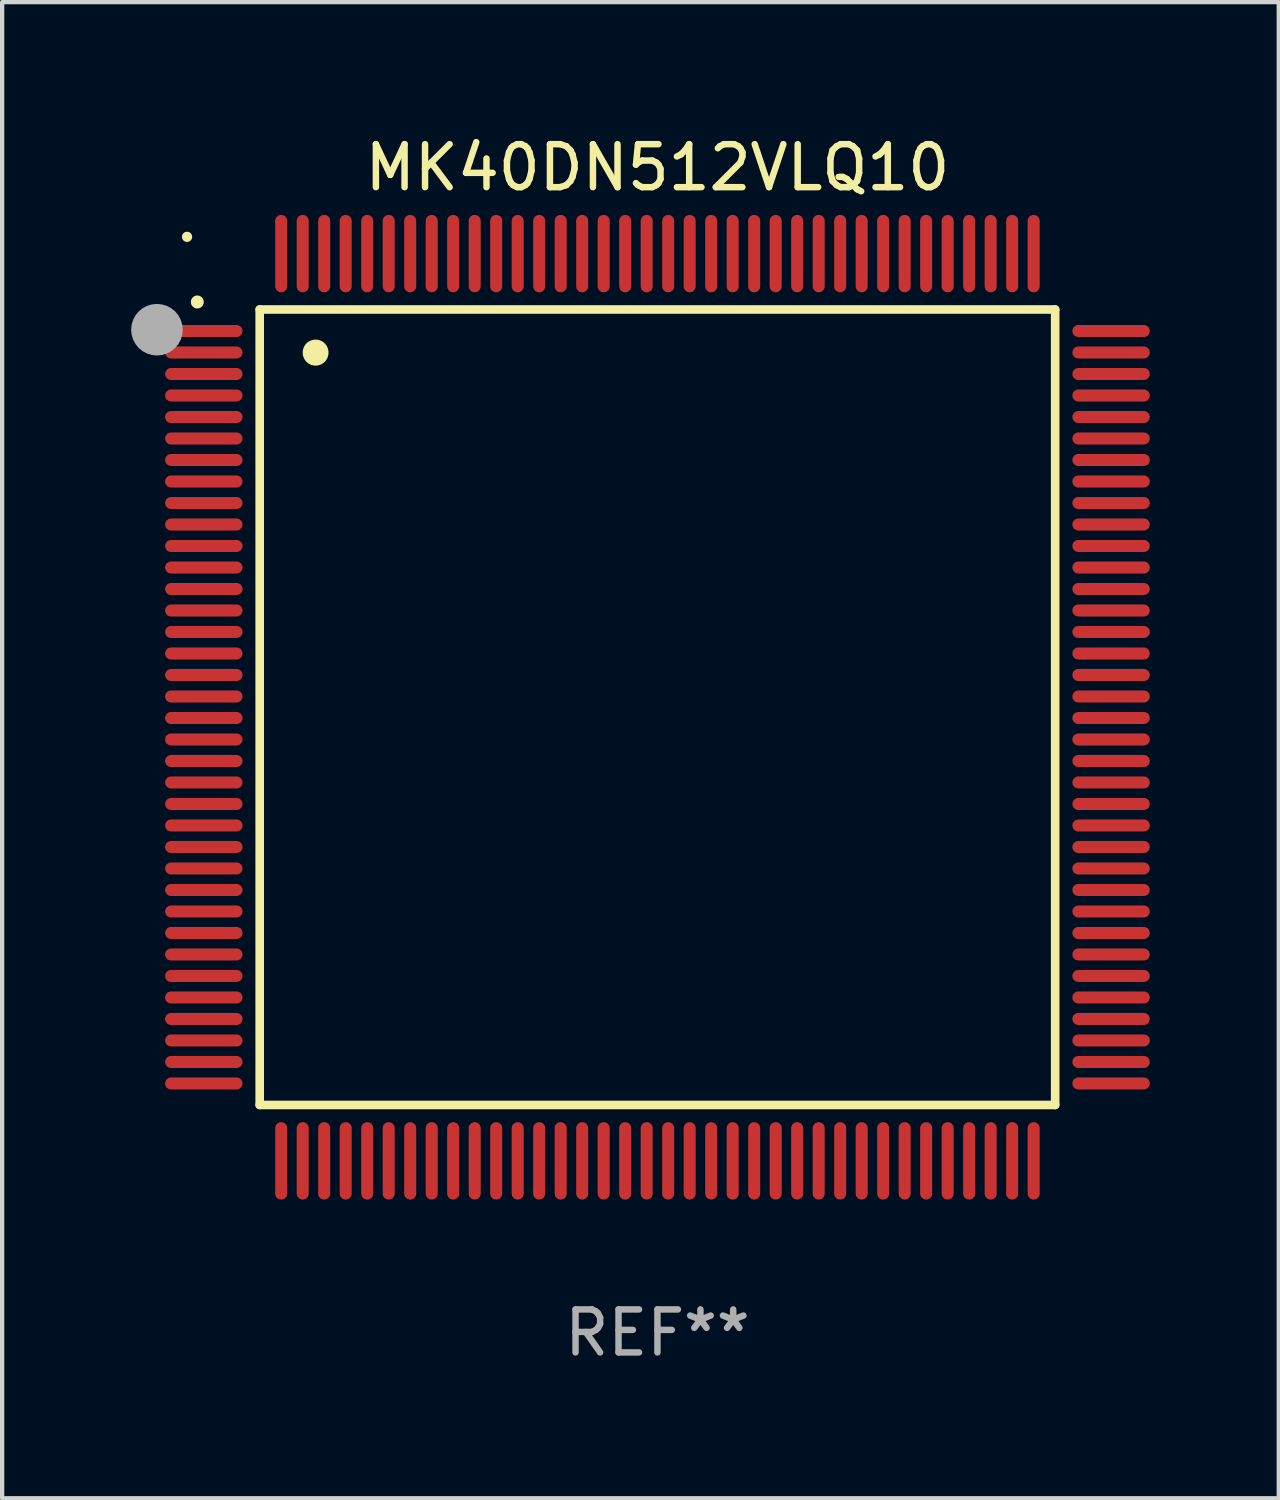
<source format=kicad_pcb>
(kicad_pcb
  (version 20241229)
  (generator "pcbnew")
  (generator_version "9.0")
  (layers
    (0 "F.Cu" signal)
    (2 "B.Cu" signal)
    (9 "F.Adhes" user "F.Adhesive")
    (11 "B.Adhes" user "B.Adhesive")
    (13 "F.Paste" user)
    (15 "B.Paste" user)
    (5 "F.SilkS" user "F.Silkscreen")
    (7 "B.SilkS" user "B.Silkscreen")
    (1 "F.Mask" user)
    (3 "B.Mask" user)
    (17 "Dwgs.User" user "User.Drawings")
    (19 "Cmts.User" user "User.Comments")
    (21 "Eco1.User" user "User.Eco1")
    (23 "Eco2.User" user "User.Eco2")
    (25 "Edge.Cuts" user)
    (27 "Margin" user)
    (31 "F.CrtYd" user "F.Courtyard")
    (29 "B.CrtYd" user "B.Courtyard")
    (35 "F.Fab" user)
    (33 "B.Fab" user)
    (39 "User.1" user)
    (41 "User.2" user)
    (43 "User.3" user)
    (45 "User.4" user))
  (footprint "MK40DN512VLQ10"
    (layer "F.Cu")
    (at 12.24 13.398)
    (property "Reference" "MK40DN512VLQ10" (at 0 -12.55 0) (layer "F.SilkS") (effects (font (size 1 1) (thickness 0.15))))
    (attr through_hole)
    (fp_line (start -9.25 -9.25) (end 9.25 -9.25) (stroke (width 0.2) (type solid)) (layer "F.SilkS"))
    (fp_line (start -9.25 9.25) (end -9.25 -9.25) (stroke (width 0.2) (type solid)) (layer "F.SilkS"))
    (fp_line (start 9.25 -9.25) (end 9.25 9.25) (stroke (width 0.2) (type solid)) (layer "F.SilkS"))
    (fp_line (start 9.25 9.25) (end -9.25 9.25) (stroke (width 0.2) (type solid)) (layer "F.SilkS"))
    (fp_arc (start -10.701041 -9.423419) (mid -10.701046 -9.424689) (end -10.701041 -9.425959) (stroke (width 0.3) (type solid)) (layer "F.SilkS"))
    (fp_arc (start -7.950216 -8.244856) (mid -7.950227 -8.247396) (end -7.950216 -8.249936) (stroke (width 0.6) (type solid)) (layer "F.SilkS"))
    (fp_circle (center -10.94 -10.94) (end -10.88 -10.94) (stroke (width 0.12) (type solid)) (fill no) (layer "F.SilkS"))
    (fp_circle (center -11.64 -8.78) (end -11.34 -8.78) (stroke (width 0.6) (type solid)) (fill no) (layer "F.Fab"))
    (fp_text user "REF**" (at 0 14.55 0) (layer "F.Fab") (effects (font (size 1 1) (thickness 0.15))))
    (pad "1" smd oval (at -10.55 -8.75 90) (size 0.28 1.8) (layers "F.Cu" "F.Mask" "F.Paste"))
    (pad "2" smd oval (at -10.55 -8.25 90) (size 0.28 1.8) (layers "F.Cu" "F.Mask" "F.Paste"))
    (pad "3" smd oval (at -10.55 -7.75 90) (size 0.28 1.8) (layers "F.Cu" "F.Mask" "F.Paste"))
    (pad "4" smd oval (at -10.55 -7.25 90) (size 0.28 1.8) (layers "F.Cu" "F.Mask" "F.Paste"))
    (pad "5" smd oval (at -10.55 -6.75 90) (size 0.28 1.8) (layers "F.Cu" "F.Mask" "F.Paste"))
    (pad "6" smd oval (at -10.55 -6.25 90) (size 0.28 1.8) (layers "F.Cu" "F.Mask" "F.Paste"))
    (pad "7" smd oval (at -10.55 -5.75 90) (size 0.28 1.8) (layers "F.Cu" "F.Mask" "F.Paste"))
    (pad "8" smd oval (at -10.55 -5.25 90) (size 0.28 1.8) (layers "F.Cu" "F.Mask" "F.Paste"))
    (pad "9" smd oval (at -10.55 -4.75 90) (size 0.28 1.8) (layers "F.Cu" "F.Mask" "F.Paste"))
    (pad "10" smd oval (at -10.55 -4.25 90) (size 0.28 1.8) (layers "F.Cu" "F.Mask" "F.Paste"))
    (pad "11" smd oval (at -10.55 -3.75 90) (size 0.28 1.8) (layers "F.Cu" "F.Mask" "F.Paste"))
    (pad "12" smd oval (at -10.55 -3.25 90) (size 0.28 1.8) (layers "F.Cu" "F.Mask" "F.Paste"))
    (pad "13" smd oval (at -10.55 -2.75 90) (size 0.28 1.8) (layers "F.Cu" "F.Mask" "F.Paste"))
    (pad "14" smd oval (at -10.55 -2.25 90) (size 0.28 1.8) (layers "F.Cu" "F.Mask" "F.Paste"))
    (pad "15" smd oval (at -10.55 -1.75 90) (size 0.28 1.8) (layers "F.Cu" "F.Mask" "F.Paste"))
    (pad "16" smd oval (at -10.55 -1.25 90) (size 0.28 1.8) (layers "F.Cu" "F.Mask" "F.Paste"))
    (pad "17" smd oval (at -10.55 -0.75 90) (size 0.28 1.8) (layers "F.Cu" "F.Mask" "F.Paste"))
    (pad "18" smd oval (at -10.55 -0.25 90) (size 0.28 1.8) (layers "F.Cu" "F.Mask" "F.Paste"))
    (pad "19" smd oval (at -10.55 0.25 90) (size 0.28 1.8) (layers "F.Cu" "F.Mask" "F.Paste"))
    (pad "20" smd oval (at -10.55 0.75 90) (size 0.28 1.8) (layers "F.Cu" "F.Mask" "F.Paste"))
    (pad "21" smd oval (at -10.55 1.25 90) (size 0.28 1.8) (layers "F.Cu" "F.Mask" "F.Paste"))
    (pad "22" smd oval (at -10.55 1.75 90) (size 0.28 1.8) (layers "F.Cu" "F.Mask" "F.Paste"))
    (pad "23" smd oval (at -10.55 2.25 90) (size 0.28 1.8) (layers "F.Cu" "F.Mask" "F.Paste"))
    (pad "24" smd oval (at -10.55 2.75 90) (size 0.28 1.8) (layers "F.Cu" "F.Mask" "F.Paste"))
    (pad "25" smd oval (at -10.55 3.25 90) (size 0.28 1.8) (layers "F.Cu" "F.Mask" "F.Paste"))
    (pad "26" smd oval (at -10.55 3.75 90) (size 0.28 1.8) (layers "F.Cu" "F.Mask" "F.Paste"))
    (pad "27" smd oval (at -10.55 4.25 90) (size 0.28 1.8) (layers "F.Cu" "F.Mask" "F.Paste"))
    (pad "28" smd oval (at -10.55 4.75 90) (size 0.28 1.8) (layers "F.Cu" "F.Mask" "F.Paste"))
    (pad "29" smd oval (at -10.55 5.25 90) (size 0.28 1.8) (layers "F.Cu" "F.Mask" "F.Paste"))
    (pad "30" smd oval (at -10.55 5.75 90) (size 0.28 1.8) (layers "F.Cu" "F.Mask" "F.Paste"))
    (pad "31" smd oval (at -10.55 6.25 90) (size 0.28 1.8) (layers "F.Cu" "F.Mask" "F.Paste"))
    (pad "32" smd oval (at -10.55 6.75 90) (size 0.28 1.8) (layers "F.Cu" "F.Mask" "F.Paste"))
    (pad "33" smd oval (at -10.55 7.25 90) (size 0.28 1.8) (layers "F.Cu" "F.Mask" "F.Paste"))
    (pad "34" smd oval (at -10.55 7.75 90) (size 0.28 1.8) (layers "F.Cu" "F.Mask" "F.Paste"))
    (pad "35" smd oval (at -10.55 8.25 90) (size 0.28 1.8) (layers "F.Cu" "F.Mask" "F.Paste"))
    (pad "36" smd oval (at -10.55 8.75 90) (size 0.28 1.8) (layers "F.Cu" "F.Mask" "F.Paste"))
    (pad "37" smd oval (at -8.75 10.55) (size 0.28 1.8) (layers "F.Cu" "F.Mask" "F.Paste"))
    (pad "38" smd oval (at -8.25 10.55) (size 0.28 1.8) (layers "F.Cu" "F.Mask" "F.Paste"))
    (pad "39" smd oval (at -7.75 10.55) (size 0.28 1.8) (layers "F.Cu" "F.Mask" "F.Paste"))
    (pad "40" smd oval (at -7.25 10.55) (size 0.28 1.8) (layers "F.Cu" "F.Mask" "F.Paste"))
    (pad "41" smd oval (at -6.75 10.55) (size 0.28 1.8) (layers "F.Cu" "F.Mask" "F.Paste"))
    (pad "42" smd oval (at -6.25 10.55) (size 0.28 1.8) (layers "F.Cu" "F.Mask" "F.Paste"))
    (pad "43" smd oval (at -5.75 10.55) (size 0.28 1.8) (layers "F.Cu" "F.Mask" "F.Paste"))
    (pad "44" smd oval (at -5.25 10.55) (size 0.28 1.8) (layers "F.Cu" "F.Mask" "F.Paste"))
    (pad "45" smd oval (at -4.75 10.55) (size 0.28 1.8) (layers "F.Cu" "F.Mask" "F.Paste"))
    (pad "46" smd oval (at -4.25 10.55) (size 0.28 1.8) (layers "F.Cu" "F.Mask" "F.Paste"))
    (pad "47" smd oval (at -3.75 10.55) (size 0.28 1.8) (layers "F.Cu" "F.Mask" "F.Paste"))
    (pad "48" smd oval (at -3.25 10.55) (size 0.28 1.8) (layers "F.Cu" "F.Mask" "F.Paste"))
    (pad "49" smd oval (at -2.75 10.55) (size 0.28 1.8) (layers "F.Cu" "F.Mask" "F.Paste"))
    (pad "50" smd oval (at -2.25 10.55) (size 0.28 1.8) (layers "F.Cu" "F.Mask" "F.Paste"))
    (pad "51" smd oval (at -1.75 10.55) (size 0.28 1.8) (layers "F.Cu" "F.Mask" "F.Paste"))
    (pad "52" smd oval (at -1.25 10.55) (size 0.28 1.8) (layers "F.Cu" "F.Mask" "F.Paste"))
    (pad "53" smd oval (at -0.75 10.55) (size 0.28 1.8) (layers "F.Cu" "F.Mask" "F.Paste"))
    (pad "54" smd oval (at -0.25 10.55) (size 0.28 1.8) (layers "F.Cu" "F.Mask" "F.Paste"))
    (pad "55" smd oval (at 0.25 10.55) (size 0.28 1.8) (layers "F.Cu" "F.Mask" "F.Paste"))
    (pad "56" smd oval (at 0.75 10.55) (size 0.28 1.8) (layers "F.Cu" "F.Mask" "F.Paste"))
    (pad "57" smd oval (at 1.25 10.55) (size 0.28 1.8) (layers "F.Cu" "F.Mask" "F.Paste"))
    (pad "58" smd oval (at 1.75 10.55) (size 0.28 1.8) (layers "F.Cu" "F.Mask" "F.Paste"))
    (pad "59" smd oval (at 2.25 10.55) (size 0.28 1.8) (layers "F.Cu" "F.Mask" "F.Paste"))
    (pad "60" smd oval (at 2.75 10.55) (size 0.28 1.8) (layers "F.Cu" "F.Mask" "F.Paste"))
    (pad "61" smd oval (at 3.25 10.55) (size 0.28 1.8) (layers "F.Cu" "F.Mask" "F.Paste"))
    (pad "62" smd oval (at 3.75 10.55) (size 0.28 1.8) (layers "F.Cu" "F.Mask" "F.Paste"))
    (pad "63" smd oval (at 4.25 10.55) (size 0.28 1.8) (layers "F.Cu" "F.Mask" "F.Paste"))
    (pad "64" smd oval (at 4.75 10.55) (size 0.28 1.8) (layers "F.Cu" "F.Mask" "F.Paste"))
    (pad "65" smd oval (at 5.25 10.55) (size 0.28 1.8) (layers "F.Cu" "F.Mask" "F.Paste"))
    (pad "66" smd oval (at 5.75 10.55) (size 0.28 1.8) (layers "F.Cu" "F.Mask" "F.Paste"))
    (pad "67" smd oval (at 6.25 10.55) (size 0.28 1.8) (layers "F.Cu" "F.Mask" "F.Paste"))
    (pad "68" smd oval (at 6.75 10.55) (size 0.28 1.8) (layers "F.Cu" "F.Mask" "F.Paste"))
    (pad "69" smd oval (at 7.25 10.55) (size 0.28 1.8) (layers "F.Cu" "F.Mask" "F.Paste"))
    (pad "70" smd oval (at 7.75 10.55) (size 0.28 1.8) (layers "F.Cu" "F.Mask" "F.Paste"))
    (pad "71" smd oval (at 8.25 10.55) (size 0.28 1.8) (layers "F.Cu" "F.Mask" "F.Paste"))
    (pad "72" smd oval (at 8.75 10.55) (size 0.28 1.8) (layers "F.Cu" "F.Mask" "F.Paste"))
    (pad "73" smd oval (at 10.55 8.75 90) (size 0.28 1.8) (layers "F.Cu" "F.Mask" "F.Paste"))
    (pad "74" smd oval (at 10.55 8.25 90) (size 0.28 1.8) (layers "F.Cu" "F.Mask" "F.Paste"))
    (pad "75" smd oval (at 10.55 7.75 90) (size 0.28 1.8) (layers "F.Cu" "F.Mask" "F.Paste"))
    (pad "76" smd oval (at 10.55 7.25 90) (size 0.28 1.8) (layers "F.Cu" "F.Mask" "F.Paste"))
    (pad "77" smd oval (at 10.55 6.75 90) (size 0.28 1.8) (layers "F.Cu" "F.Mask" "F.Paste"))
    (pad "78" smd oval (at 10.55 6.25 90) (size 0.28 1.8) (layers "F.Cu" "F.Mask" "F.Paste"))
    (pad "79" smd oval (at 10.55 5.75 90) (size 0.28 1.8) (layers "F.Cu" "F.Mask" "F.Paste"))
    (pad "80" smd oval (at 10.55 5.25 90) (size 0.28 1.8) (layers "F.Cu" "F.Mask" "F.Paste"))
    (pad "81" smd oval (at 10.55 4.75 90) (size 0.28 1.8) (layers "F.Cu" "F.Mask" "F.Paste"))
    (pad "82" smd oval (at 10.55 4.25 90) (size 0.28 1.8) (layers "F.Cu" "F.Mask" "F.Paste"))
    (pad "83" smd oval (at 10.55 3.75 90) (size 0.28 1.8) (layers "F.Cu" "F.Mask" "F.Paste"))
    (pad "84" smd oval (at 10.55 3.25 90) (size 0.28 1.8) (layers "F.Cu" "F.Mask" "F.Paste"))
    (pad "85" smd oval (at 10.55 2.75 90) (size 0.28 1.8) (layers "F.Cu" "F.Mask" "F.Paste"))
    (pad "86" smd oval (at 10.55 2.25 90) (size 0.28 1.8) (layers "F.Cu" "F.Mask" "F.Paste"))
    (pad "87" smd oval (at 10.55 1.75 90) (size 0.28 1.8) (layers "F.Cu" "F.Mask" "F.Paste"))
    (pad "88" smd oval (at 10.55 1.25 90) (size 0.28 1.8) (layers "F.Cu" "F.Mask" "F.Paste"))
    (pad "89" smd oval (at 10.55 0.75 90) (size 0.28 1.8) (layers "F.Cu" "F.Mask" "F.Paste"))
    (pad "90" smd oval (at 10.55 0.25 90) (size 0.28 1.8) (layers "F.Cu" "F.Mask" "F.Paste"))
    (pad "91" smd oval (at 10.55 -0.25 90) (size 0.28 1.8) (layers "F.Cu" "F.Mask" "F.Paste"))
    (pad "92" smd oval (at 10.55 -0.75 90) (size 0.28 1.8) (layers "F.Cu" "F.Mask" "F.Paste"))
    (pad "93" smd oval (at 10.55 -1.25 90) (size 0.28 1.8) (layers "F.Cu" "F.Mask" "F.Paste"))
    (pad "94" smd oval (at 10.55 -1.75 90) (size 0.28 1.8) (layers "F.Cu" "F.Mask" "F.Paste"))
    (pad "95" smd oval (at 10.55 -2.25 90) (size 0.28 1.8) (layers "F.Cu" "F.Mask" "F.Paste"))
    (pad "96" smd oval (at 10.55 -2.75 90) (size 0.28 1.8) (layers "F.Cu" "F.Mask" "F.Paste"))
    (pad "97" smd oval (at 10.55 -3.25 90) (size 0.28 1.8) (layers "F.Cu" "F.Mask" "F.Paste"))
    (pad "98" smd oval (at 10.55 -3.75 90) (size 0.28 1.8) (layers "F.Cu" "F.Mask" "F.Paste"))
    (pad "99" smd oval (at 10.55 -4.25 90) (size 0.28 1.8) (layers "F.Cu" "F.Mask" "F.Paste"))
    (pad "100" smd oval (at 10.55 -4.75 90) (size 0.28 1.8) (layers "F.Cu" "F.Mask" "F.Paste"))
    (pad "101" smd oval (at 10.55 -5.25 90) (size 0.28 1.8) (layers "F.Cu" "F.Mask" "F.Paste"))
    (pad "102" smd oval (at 10.55 -5.75 90) (size 0.28 1.8) (layers "F.Cu" "F.Mask" "F.Paste"))
    (pad "103" smd oval (at 10.55 -6.25 90) (size 0.28 1.8) (layers "F.Cu" "F.Mask" "F.Paste"))
    (pad "104" smd oval (at 10.55 -6.75 90) (size 0.28 1.8) (layers "F.Cu" "F.Mask" "F.Paste"))
    (pad "105" smd oval (at 10.55 -7.25 90) (size 0.28 1.8) (layers "F.Cu" "F.Mask" "F.Paste"))
    (pad "106" smd oval (at 10.55 -7.75 90) (size 0.28 1.8) (layers "F.Cu" "F.Mask" "F.Paste"))
    (pad "107" smd oval (at 10.55 -8.25 90) (size 0.28 1.8) (layers "F.Cu" "F.Mask" "F.Paste"))
    (pad "108" smd oval (at 10.55 -8.75 90) (size 0.28 1.8) (layers "F.Cu" "F.Mask" "F.Paste"))
    (pad "109" smd oval (at 8.75 -10.55) (size 0.28 1.8) (layers "F.Cu" "F.Mask" "F.Paste"))
    (pad "110" smd oval (at 8.25 -10.55) (size 0.28 1.8) (layers "F.Cu" "F.Mask" "F.Paste"))
    (pad "111" smd oval (at 7.75 -10.55) (size 0.28 1.8) (layers "F.Cu" "F.Mask" "F.Paste"))
    (pad "112" smd oval (at 7.25 -10.55) (size 0.28 1.8) (layers "F.Cu" "F.Mask" "F.Paste"))
    (pad "113" smd oval (at 6.75 -10.55) (size 0.28 1.8) (layers "F.Cu" "F.Mask" "F.Paste"))
    (pad "114" smd oval (at 6.25 -10.55) (size 0.28 1.8) (layers "F.Cu" "F.Mask" "F.Paste"))
    (pad "115" smd oval (at 5.75 -10.55) (size 0.28 1.8) (layers "F.Cu" "F.Mask" "F.Paste"))
    (pad "116" smd oval (at 5.25 -10.55) (size 0.28 1.8) (layers "F.Cu" "F.Mask" "F.Paste"))
    (pad "117" smd oval (at 4.75 -10.55) (size 0.28 1.8) (layers "F.Cu" "F.Mask" "F.Paste"))
    (pad "118" smd oval (at 4.25 -10.55) (size 0.28 1.8) (layers "F.Cu" "F.Mask" "F.Paste"))
    (pad "119" smd oval (at 3.75 -10.55) (size 0.28 1.8) (layers "F.Cu" "F.Mask" "F.Paste"))
    (pad "120" smd oval (at 3.25 -10.55) (size 0.28 1.8) (layers "F.Cu" "F.Mask" "F.Paste"))
    (pad "121" smd oval (at 2.75 -10.55) (size 0.28 1.8) (layers "F.Cu" "F.Mask" "F.Paste"))
    (pad "122" smd oval (at 2.25 -10.55) (size 0.28 1.8) (layers "F.Cu" "F.Mask" "F.Paste"))
    (pad "123" smd oval (at 1.75 -10.55) (size 0.28 1.8) (layers "F.Cu" "F.Mask" "F.Paste"))
    (pad "124" smd oval (at 1.25 -10.55) (size 0.28 1.8) (layers "F.Cu" "F.Mask" "F.Paste"))
    (pad "125" smd oval (at 0.75 -10.55) (size 0.28 1.8) (layers "F.Cu" "F.Mask" "F.Paste"))
    (pad "126" smd oval (at 0.25 -10.55) (size 0.28 1.8) (layers "F.Cu" "F.Mask" "F.Paste"))
    (pad "127" smd oval (at -0.25 -10.55) (size 0.28 1.8) (layers "F.Cu" "F.Mask" "F.Paste"))
    (pad "128" smd oval (at -0.75 -10.55) (size 0.28 1.8) (layers "F.Cu" "F.Mask" "F.Paste"))
    (pad "129" smd oval (at -1.25 -10.55) (size 0.28 1.8) (layers "F.Cu" "F.Mask" "F.Paste"))
    (pad "130" smd oval (at -1.75 -10.55) (size 0.28 1.8) (layers "F.Cu" "F.Mask" "F.Paste"))
    (pad "131" smd oval (at -2.25 -10.55) (size 0.28 1.8) (layers "F.Cu" "F.Mask" "F.Paste"))
    (pad "132" smd oval (at -2.75 -10.55) (size 0.28 1.8) (layers "F.Cu" "F.Mask" "F.Paste"))
    (pad "133" smd oval (at -3.25 -10.55) (size 0.28 1.8) (layers "F.Cu" "F.Mask" "F.Paste"))
    (pad "134" smd oval (at -3.75 -10.55) (size 0.28 1.8) (layers "F.Cu" "F.Mask" "F.Paste"))
    (pad "135" smd oval (at -4.25 -10.55) (size 0.28 1.8) (layers "F.Cu" "F.Mask" "F.Paste"))
    (pad "136" smd oval (at -4.75 -10.55) (size 0.28 1.8) (layers "F.Cu" "F.Mask" "F.Paste"))
    (pad "137" smd oval (at -5.25 -10.55) (size 0.28 1.8) (layers "F.Cu" "F.Mask" "F.Paste"))
    (pad "138" smd oval (at -5.75 -10.55) (size 0.28 1.8) (layers "F.Cu" "F.Mask" "F.Paste"))
    (pad "139" smd oval (at -6.25 -10.55) (size 0.28 1.8) (layers "F.Cu" "F.Mask" "F.Paste"))
    (pad "140" smd oval (at -6.75 -10.55) (size 0.28 1.8) (layers "F.Cu" "F.Mask" "F.Paste"))
    (pad "141" smd oval (at -7.25 -10.55) (size 0.28 1.8) (layers "F.Cu" "F.Mask" "F.Paste"))
    (pad "142" smd oval (at -7.75 -10.55) (size 0.28 1.8) (layers "F.Cu" "F.Mask" "F.Paste"))
    (pad "143" smd oval (at -8.25 -10.55) (size 0.28 1.8) (layers "F.Cu" "F.Mask" "F.Paste"))
    (pad "144" smd oval (at -8.75 -10.55) (size 0.28 1.8) (layers "F.Cu" "F.Mask" "F.Paste")))
  (gr_rect
    (start -3 -3)
    (end 26.69 31.796)
    (stroke (width 0.1) (type default))
    (fill no)
    (layer "Edge.Cuts")))
</source>
